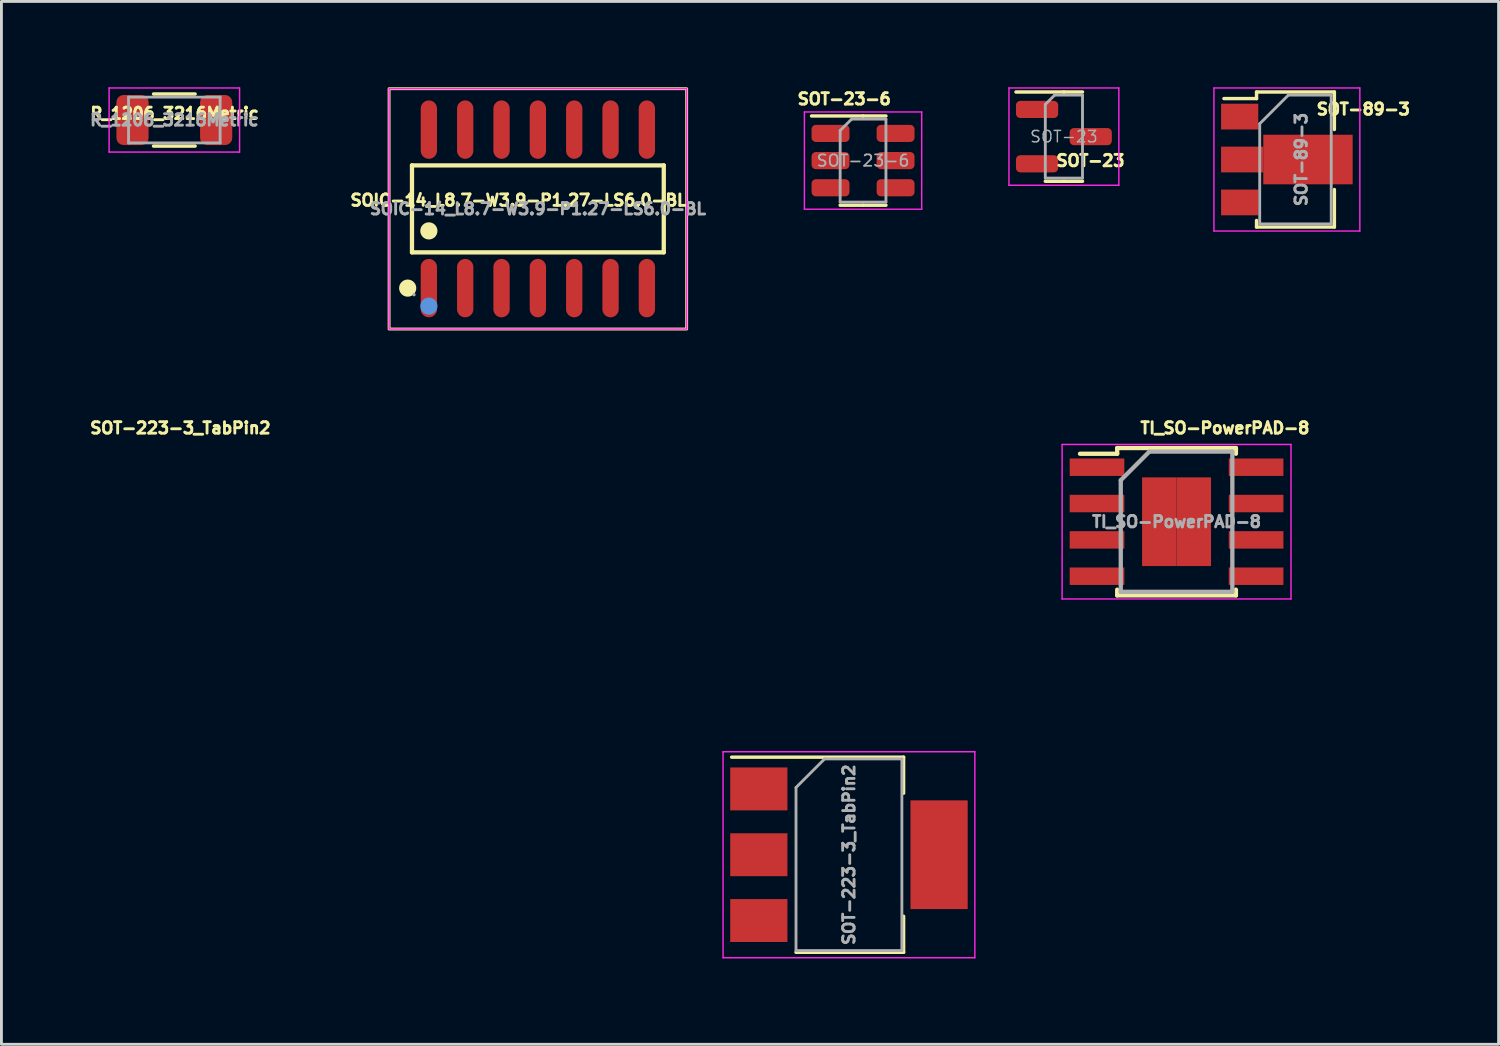
<source format=kicad_pcb>
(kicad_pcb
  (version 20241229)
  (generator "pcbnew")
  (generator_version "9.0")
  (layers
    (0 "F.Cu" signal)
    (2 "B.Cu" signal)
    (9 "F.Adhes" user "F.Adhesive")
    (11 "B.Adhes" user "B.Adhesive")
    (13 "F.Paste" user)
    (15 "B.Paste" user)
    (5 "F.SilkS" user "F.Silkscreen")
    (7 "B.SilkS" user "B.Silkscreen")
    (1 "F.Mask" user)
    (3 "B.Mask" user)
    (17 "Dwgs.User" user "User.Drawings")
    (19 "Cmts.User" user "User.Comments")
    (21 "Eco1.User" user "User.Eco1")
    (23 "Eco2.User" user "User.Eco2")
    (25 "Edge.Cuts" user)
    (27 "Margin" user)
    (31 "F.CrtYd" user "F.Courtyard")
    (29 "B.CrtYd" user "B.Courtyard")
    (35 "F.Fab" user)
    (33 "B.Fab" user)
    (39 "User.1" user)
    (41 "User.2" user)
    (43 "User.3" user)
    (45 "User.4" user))
  (footprint "SOT-23-6"
    (layer "F.Cu")
    (at 27.114 2.563)
    (property "Reference" "SOT-23-6" (at -0.658 -2.154 0) (layer "F.SilkS") (effects (font (size 0.4 0.4) (thickness 0.15))))
    (attr smd)
    (fp_line (start 0 -1.56) (end -1.8 -1.56) (stroke (width 0.12) (type solid)) (layer "F.SilkS"))
    (fp_line (start 0 -1.56) (end 0.8 -1.56) (stroke (width 0.12) (type solid)) (layer "F.SilkS"))
    (fp_line (start 0 1.56) (end -0.8 1.56) (stroke (width 0.12) (type solid)) (layer "F.SilkS"))
    (fp_line (start 0 1.56) (end 0.8 1.56) (stroke (width 0.12) (type solid)) (layer "F.SilkS"))
    (fp_line (start -2.05 -1.7) (end -2.05 1.7) (stroke (width 0.05) (type solid)) (layer "F.CrtYd"))
    (fp_line (start -2.05 1.7) (end 2.05 1.7) (stroke (width 0.05) (type solid)) (layer "F.CrtYd"))
    (fp_line (start 2.05 -1.7) (end -2.05 -1.7) (stroke (width 0.05) (type solid)) (layer "F.CrtYd"))
    (fp_line (start 2.05 1.7) (end 2.05 -1.7) (stroke (width 0.05) (type solid)) (layer "F.CrtYd"))
    (fp_line (start -0.8 -1.05) (end -0.4 -1.45) (stroke (width 0.1) (type solid)) (layer "F.Fab"))
    (fp_line (start -0.8 1.45) (end -0.8 -1.05) (stroke (width 0.1) (type solid)) (layer "F.Fab"))
    (fp_line (start -0.4 -1.45) (end 0.8 -1.45) (stroke (width 0.1) (type solid)) (layer "F.Fab"))
    (fp_line (start 0.8 -1.45) (end 0.8 1.45) (stroke (width 0.1) (type solid)) (layer "F.Fab"))
    (fp_line (start 0.8 1.45) (end -0.8 1.45) (stroke (width 0.1) (type solid)) (layer "F.Fab"))
    (fp_text user "${REFERENCE}" (at 0 0 0) (layer "F.Fab") (effects (font (size 0.4 0.4) (thickness 0.06))))
    (pad "1" smd roundrect (at -1.137 -0.95) (size 1.325 0.6) (layers "F.Cu" "F.Mask" "F.Paste") (roundrect_rratio 0.25))
    (pad "2" smd roundrect (at -1.137 0) (size 1.325 0.6) (layers "F.Cu" "F.Mask" "F.Paste") (roundrect_rratio 0.25))
    (pad "3" smd roundrect (at -1.137 0.95) (size 1.325 0.6) (layers "F.Cu" "F.Mask" "F.Paste") (roundrect_rratio 0.25))
    (pad "4" smd roundrect (at 1.137 0.95) (size 1.325 0.6) (layers "F.Cu" "F.Mask" "F.Paste") (roundrect_rratio 0.25))
    (pad "5" smd roundrect (at 1.137 0) (size 1.325 0.6) (layers "F.Cu" "F.Mask" "F.Paste") (roundrect_rratio 0.25))
    (pad "6" smd roundrect (at 1.137 -0.95) (size 1.325 0.6) (layers "F.Cu" "F.Mask" "F.Paste") (roundrect_rratio 0.25)))
  (footprint "SOT-23"
    (layer "F.Cu")
    (at 34.134 1.725)
    (property "Reference" "SOT-23" (at 0.927 0.84 0) (layer "F.SilkS") (effects (font (size 0.4 0.4) (thickness 0.15))))
    (attr smd)
    (fp_line (start 0 -1.56) (end -1.675 -1.56) (stroke (width 0.12) (type solid)) (layer "F.SilkS"))
    (fp_line (start 0 -1.56) (end 0.65 -1.56) (stroke (width 0.12) (type solid)) (layer "F.SilkS"))
    (fp_line (start 0 1.56) (end -0.65 1.56) (stroke (width 0.12) (type solid)) (layer "F.SilkS"))
    (fp_line (start 0 1.56) (end 0.65 1.56) (stroke (width 0.12) (type solid)) (layer "F.SilkS"))
    (fp_line (start -1.92 -1.7) (end -1.92 1.7) (stroke (width 0.05) (type solid)) (layer "F.CrtYd"))
    (fp_line (start -1.92 1.7) (end 1.92 1.7) (stroke (width 0.05) (type solid)) (layer "F.CrtYd"))
    (fp_line (start 1.92 -1.7) (end -1.92 -1.7) (stroke (width 0.05) (type solid)) (layer "F.CrtYd"))
    (fp_line (start 1.92 1.7) (end 1.92 -1.7) (stroke (width 0.05) (type solid)) (layer "F.CrtYd"))
    (fp_line (start -0.65 -1.125) (end -0.325 -1.45) (stroke (width 0.1) (type solid)) (layer "F.Fab"))
    (fp_line (start -0.65 1.45) (end -0.65 -1.125) (stroke (width 0.1) (type solid)) (layer "F.Fab"))
    (fp_line (start -0.325 -1.45) (end 0.65 -1.45) (stroke (width 0.1) (type solid)) (layer "F.Fab"))
    (fp_line (start 0.65 -1.45) (end 0.65 1.45) (stroke (width 0.1) (type solid)) (layer "F.Fab"))
    (fp_line (start 0.65 1.45) (end -0.65 1.45) (stroke (width 0.1) (type solid)) (layer "F.Fab"))
    (fp_text user "${REFERENCE}" (at 0 0 0) (layer "F.Fab") (effects (font (size 0.4 0.4) (thickness 0.05))))
    (pad "1" smd roundrect (at -0.938 -0.95) (size 1.475 0.6) (layers "F.Cu" "F.Mask" "F.Paste") (roundrect_rratio 0.25))
    (pad "2" smd roundrect (at -0.938 0.95) (size 1.475 0.6) (layers "F.Cu" "F.Mask" "F.Paste") (roundrect_rratio 0.25))
    (pad "3" smd roundrect (at 0.938 0) (size 1.475 0.6) (layers "F.Cu" "F.Mask" "F.Paste") (roundrect_rratio 0.25)))
  (footprint "SOT-223-3_TabPin2"
    (layer "F.Cu")
    (at 26.621 26.823)
    (property "Reference" "SOT-223-3_TabPin2" (at -23.368 -14.914 180) (layer "F.SilkS") (effects (font (size 0.4 0.4) (thickness 0.15))))
    (attr smd)
    (fp_line (start -4.1 -3.41) (end 1.91 -3.41) (stroke (width 0.12) (type solid)) (layer "F.SilkS"))
    (fp_line (start -1.85 3.41) (end 1.91 3.41) (stroke (width 0.12) (type solid)) (layer "F.SilkS"))
    (fp_line (start 1.91 -3.41) (end 1.91 -2.15) (stroke (width 0.12) (type solid)) (layer "F.SilkS"))
    (fp_line (start 1.91 3.41) (end 1.91 2.15) (stroke (width 0.12) (type solid)) (layer "F.SilkS"))
    (fp_line (start -4.4 -3.6) (end -4.4 3.6) (stroke (width 0.05) (type solid)) (layer "F.CrtYd"))
    (fp_line (start -4.4 3.6) (end 4.4 3.6) (stroke (width 0.05) (type solid)) (layer "F.CrtYd"))
    (fp_line (start 4.4 -3.6) (end -4.4 -3.6) (stroke (width 0.05) (type solid)) (layer "F.CrtYd"))
    (fp_line (start 4.4 3.6) (end 4.4 -3.6) (stroke (width 0.05) (type solid)) (layer "F.CrtYd"))
    (fp_line (start -1.85 -2.35) (end -1.85 3.35) (stroke (width 0.1) (type solid)) (layer "F.Fab"))
    (fp_line (start -1.85 -2.35) (end -0.85 -3.35) (stroke (width 0.1) (type solid)) (layer "F.Fab"))
    (fp_line (start -1.85 3.35) (end 1.85 3.35) (stroke (width 0.1) (type solid)) (layer "F.Fab"))
    (fp_line (start -0.85 -3.35) (end 1.85 -3.35) (stroke (width 0.1) (type solid)) (layer "F.Fab"))
    (fp_line (start 1.85 -3.35) (end 1.85 3.35) (stroke (width 0.1) (type solid)) (layer "F.Fab"))
    (fp_text user "${REFERENCE}" (at 0 0 270) (layer "F.Fab") (effects (font (size 0.4 0.4) (thickness 0.12))))
    (pad "1" smd rect (at -3.15 -2.3) (size 2 1.5) (layers "F.Cu" "F.Mask" "F.Paste"))
    (pad "2" smd rect (at -3.15 0) (size 2 1.5) (layers "F.Cu" "F.Mask" "F.Paste"))
    (pad "2" smd rect (at 3.15 0) (size 2 3.8) (layers "F.Cu" "F.Mask" "F.Paste"))
    (pad "3" smd rect (at -3.15 2.3) (size 2 1.5) (layers "F.Cu" "F.Mask" "F.Paste")))
  (footprint "TI_SO-PowerPAD-8"
    (layer "F.Cu")
    (at 38.071 15.184)
    (property "Reference" "TI_SO-PowerPAD-8" (at 1.69 -3.275 0) (layer "F.SilkS") (effects (font (size 0.4 0.4) (thickness 0.15))))
    (attr smd)
    (fp_line (start -2.075 -2.575) (end -2.075 -2.375) (stroke (width 0.15) (type solid)) (layer "F.SilkS"))
    (fp_line (start -2.075 -2.575) (end 2.075 -2.575) (stroke (width 0.15) (type solid)) (layer "F.SilkS"))
    (fp_line (start -2.075 -2.375) (end -3.375 -2.375) (stroke (width 0.15) (type solid)) (layer "F.SilkS"))
    (fp_line (start -2.075 2.575) (end -2.075 2.375) (stroke (width 0.15) (type solid)) (layer "F.SilkS"))
    (fp_line (start -2.075 2.575) (end 2.075 2.575) (stroke (width 0.15) (type solid)) (layer "F.SilkS"))
    (fp_line (start 2.075 -2.575) (end 2.075 -2.375) (stroke (width 0.15) (type solid)) (layer "F.SilkS"))
    (fp_line (start 2.075 2.575) (end 2.075 2.375) (stroke (width 0.15) (type solid)) (layer "F.SilkS"))
    (fp_line (start -4 -2.7) (end -4 2.7) (stroke (width 0.05) (type solid)) (layer "F.CrtYd"))
    (fp_line (start -4 -2.7) (end 4 -2.7) (stroke (width 0.05) (type solid)) (layer "F.CrtYd"))
    (fp_line (start -4 2.7) (end 4 2.7) (stroke (width 0.05) (type solid)) (layer "F.CrtYd"))
    (fp_line (start 4 -2.7) (end 4 2.7) (stroke (width 0.05) (type solid)) (layer "F.CrtYd"))
    (fp_line (start -1.95 -1.45) (end -0.95 -2.45) (stroke (width 0.15) (type solid)) (layer "F.Fab"))
    (fp_line (start -1.95 2.45) (end -1.95 -1.45) (stroke (width 0.15) (type solid)) (layer "F.Fab"))
    (fp_line (start -0.95 -2.45) (end 1.95 -2.45) (stroke (width 0.15) (type solid)) (layer "F.Fab"))
    (fp_line (start 1.95 -2.45) (end 1.95 2.45) (stroke (width 0.15) (type solid)) (layer "F.Fab"))
    (fp_line (start 1.95 2.45) (end -1.95 2.45) (stroke (width 0.15) (type solid)) (layer "F.Fab"))
    (fp_text user "${REFERENCE}" (at 0 0 0) (layer "F.Fab") (effects (font (size 0.4 0.4) (thickness 0.15))))
    (pad "1" smd rect (at -2.78 -1.905) (size 1.91 0.61) (layers "F.Cu" "F.Mask" "F.Paste"))
    (pad "2" smd rect (at -2.78 -0.635) (size 1.91 0.61) (layers "F.Cu" "F.Mask" "F.Paste"))
    (pad "3" smd rect (at -2.78 0.635) (size 1.91 0.61) (layers "F.Cu" "F.Mask" "F.Paste"))
    (pad "4" smd rect (at -2.78 1.905) (size 1.91 0.61) (layers "F.Cu" "F.Mask" "F.Paste"))
    (pad "5" smd rect (at 2.78 1.905) (size 1.91 0.61) (layers "F.Cu" "F.Mask" "F.Paste"))
    (pad "6" smd rect (at 2.78 0.635) (size 1.91 0.61) (layers "F.Cu" "F.Mask" "F.Paste"))
    (pad "7" smd rect (at 2.78 -0.635) (size 1.91 0.61) (layers "F.Cu" "F.Mask" "F.Paste"))
    (pad "8" smd rect (at 2.78 -1.905) (size 1.91 0.61) (layers "F.Cu" "F.Mask" "F.Paste"))
    (pad "9" smd rect (at -0.603 -0.775) (size 1.205 1.55) (layers "F.Cu" "F.Mask" "F.Paste"))
    (pad "9" smd rect (at -0.603 0.775) (size 1.205 1.55) (layers "F.Cu" "F.Mask" "F.Paste"))
    (pad "9" smd rect (at 0.603 -0.775) (size 1.205 1.55) (layers "F.Cu" "F.Mask" "F.Paste"))
    (pad "9" smd rect (at 0.603 0.775) (size 1.205 1.55) (layers "F.Cu" "F.Mask" "F.Paste")))
  (footprint "SOIC-14_L8.7-W3.9-P1.27-LS6.0-BL"
    (layer "F.Cu")
    (at 15.749 4.25)
    (property "Reference" "SOIC-14_L8.7-W3.9-P1.27-LS6.0-BL" (at -0.676 -0.302 180) (layer "F.SilkS") (effects (font (size 0.4 0.4) (thickness 0.15))))
    (attr smd)
    (fp_line (start -4.4 -1.52) (end 4.4 -1.52) (stroke (width 0.15) (type solid)) (layer "F.SilkS"))
    (fp_line (start -4.4 1.52) (end -4.4 -1.52) (stroke (width 0.15) (type solid)) (layer "F.SilkS"))
    (fp_line (start 4.4 -1.52) (end 4.4 1.52) (stroke (width 0.15) (type solid)) (layer "F.SilkS"))
    (fp_line (start 4.4 1.52) (end -4.4 1.52) (stroke (width 0.15) (type solid)) (layer "F.SilkS"))
    (fp_rect (start -5.2 -4.2) (end 5.2 4.2) (stroke (width 0.1) (type default)) (fill no) (layer "F.SilkS"))
    (fp_circle (center -4.55 2.77) (end -4.4 2.77) (stroke (width 0.3) (type solid)) (fill no) (layer "F.SilkS"))
    (fp_circle (center -3.81 0.77) (end -3.66 0.77) (stroke (width 0.3) (type solid)) (fill no) (layer "F.SilkS"))
    (fp_circle (center -3.81 3.4) (end -3.66 3.4) (stroke (width 0.3) (type solid)) (fill no) (layer "Cmts.User"))
    (fp_rect (start -5.2 -4.2) (end 5.2 4.2) (stroke (width 0.05) (type default)) (fill no) (layer "F.CrtYd"))
    (fp_circle (center -4.33 3) (end -4.3 3) (stroke (width 0.06) (type solid)) (fill no) (layer "F.Fab"))
    (fp_text user "${REFERENCE}" (at 0 0 180) (layer "F.Fab") (effects (font (size 0.4 0.4) (thickness 0.15))))
    (pad "1" smd oval (at -3.81 2.77) (size 0.57 2.04) (layers "F.Cu" "F.Mask" "F.Paste"))
    (pad "2" smd oval (at -2.54 2.77) (size 0.57 2.04) (layers "F.Cu" "F.Mask" "F.Paste"))
    (pad "3" smd oval (at -1.27 2.77) (size 0.57 2.04) (layers "F.Cu" "F.Mask" "F.Paste"))
    (pad "4" smd oval (at 0 2.77) (size 0.57 2.04) (layers "F.Cu" "F.Mask" "F.Paste"))
    (pad "5" smd oval (at 1.27 2.77) (size 0.57 2.04) (layers "F.Cu" "F.Mask" "F.Paste"))
    (pad "6" smd oval (at 2.54 2.77) (size 0.57 2.04) (layers "F.Cu" "F.Mask" "F.Paste"))
    (pad "7" smd oval (at 3.81 2.77) (size 0.57 2.04) (layers "F.Cu" "F.Mask" "F.Paste"))
    (pad "8" smd oval (at 3.81 -2.77) (size 0.57 2.04) (layers "F.Cu" "F.Mask" "F.Paste"))
    (pad "9" smd oval (at 2.54 -2.77) (size 0.57 2.04) (layers "F.Cu" "F.Mask" "F.Paste"))
    (pad "10" smd oval (at 1.27 -2.77) (size 0.57 2.04) (layers "F.Cu" "F.Mask" "F.Paste"))
    (pad "11" smd oval (at 0 -2.77) (size 0.57 2.04) (layers "F.Cu" "F.Mask" "F.Paste"))
    (pad "12" smd oval (at -1.27 -2.77) (size 0.57 2.04) (layers "F.Cu" "F.Mask" "F.Paste"))
    (pad "13" smd oval (at -2.54 -2.77) (size 0.57 2.04) (layers "F.Cu" "F.Mask" "F.Paste"))
    (pad "14" smd oval (at -3.81 -2.77) (size 0.57 2.04) (layers "F.Cu" "F.Mask" "F.Paste")))
  (footprint "SOT-89-3"
    (layer "F.Cu")
    (at 42.227 2.525)
    (property "Reference" "SOT-89-3" (at 2.37 -1.76 180) (layer "F.SilkS") (effects (font (size 0.4 0.4) (thickness 0.15))))
    (attr smd)
    (fp_line (start -2.5 -2.13) (end -1.36 -2.13) (stroke (width 0.12) (type solid)) (layer "F.SilkS"))
    (fp_line (start -1.36 -2.36) (end -1.36 -2.13) (stroke (width 0.12) (type solid)) (layer "F.SilkS"))
    (fp_line (start -1.36 -2.36) (end 1.36 -2.36) (stroke (width 0.12) (type solid)) (layer "F.SilkS"))
    (fp_line (start -1.36 2.36) (end -1.36 2.13) (stroke (width 0.12) (type solid)) (layer "F.SilkS"))
    (fp_line (start 1.36 -2.36) (end 1.36 -1.05) (stroke (width 0.12) (type solid)) (layer "F.SilkS"))
    (fp_line (start 1.36 1.05) (end 1.36 2.36) (stroke (width 0.12) (type solid)) (layer "F.SilkS"))
    (fp_line (start 1.36 2.36) (end -1.36 2.36) (stroke (width 0.12) (type solid)) (layer "F.SilkS"))
    (fp_line (start -2.85 2.5) (end -2.85 -2.5) (stroke (width 0.05) (type solid)) (layer "F.CrtYd"))
    (fp_line (start -2.85 2.5) (end 2.25 2.5) (stroke (width 0.05) (type solid)) (layer "F.CrtYd"))
    (fp_line (start 2.25 -2.5) (end -2.85 -2.5) (stroke (width 0.05) (type solid)) (layer "F.CrtYd"))
    (fp_line (start 2.25 -2.5) (end 2.25 2.5) (stroke (width 0.05) (type solid)) (layer "F.CrtYd"))
    (fp_line (start -1.25 -1.25) (end -0.25 -2.25) (stroke (width 0.1) (type solid)) (layer "F.Fab"))
    (fp_line (start -1.25 2.25) (end -1.25 -1.25) (stroke (width 0.1) (type solid)) (layer "F.Fab"))
    (fp_line (start -0.25 -2.25) (end 1.25 -2.25) (stroke (width 0.1) (type solid)) (layer "F.Fab"))
    (fp_line (start 1.25 -2.25) (end 1.25 2.25) (stroke (width 0.1) (type solid)) (layer "F.Fab"))
    (fp_line (start 1.25 2.25) (end -1.25 2.25) (stroke (width 0.1) (type solid)) (layer "F.Fab"))
    (fp_text user "${REFERENCE}" (at 0.2 0 270) (layer "F.Fab") (effects (font (size 0.4 0.4) (thickness 0.15))))
    (pad "1" smd rect (at -1.95 -1.5) (size 1.3 0.9) (layers "F.Cu" "F.Mask" "F.Paste"))
    (pad "2" smd custom (at -1.863 0) (size 1.475 0.9) (layers "F.Cu" "F.Mask" "F.Paste") (options (anchor rect)) (primitives (gr_poly (pts (xy 3.862 0.867) (xy 0.738 0.867) (xy 0.738 -0.867) (xy 3.862 -0.867)) (width 0) (fill yes))))
    (pad "3" smd rect (at -1.95 1.5) (size 1.3 0.9) (layers "F.Cu" "F.Mask" "F.Paste")))
  (footprint "R_1206_3216Metric"
    (layer "F.Cu")
    (at 3.043 1.145)
    (property "Reference" "R_1206_3216Metric" (at 0.01 -0.23 0) (layer "F.SilkS") (effects (font (size 0.4 0.4) (thickness 0.15))))
    (attr smd)
    (fp_line (start -0.727 -0.91) (end 0.727 -0.91) (stroke (width 0.12) (type solid)) (layer "F.SilkS"))
    (fp_line (start -0.727 0.91) (end 0.727 0.91) (stroke (width 0.12) (type solid)) (layer "F.SilkS"))
    (fp_line (start -2.28 -1.12) (end 2.28 -1.12) (stroke (width 0.05) (type solid)) (layer "F.CrtYd"))
    (fp_line (start -2.28 1.12) (end -2.28 -1.12) (stroke (width 0.05) (type solid)) (layer "F.CrtYd"))
    (fp_line (start 2.28 -1.12) (end 2.28 1.12) (stroke (width 0.05) (type solid)) (layer "F.CrtYd"))
    (fp_line (start 2.28 1.12) (end -2.28 1.12) (stroke (width 0.05) (type solid)) (layer "F.CrtYd"))
    (fp_line (start -1.6 -0.8) (end 1.6 -0.8) (stroke (width 0.1) (type solid)) (layer "F.Fab"))
    (fp_line (start -1.6 0.8) (end -1.6 -0.8) (stroke (width 0.1) (type solid)) (layer "F.Fab"))
    (fp_line (start 1.6 -0.8) (end 1.6 0.8) (stroke (width 0.1) (type solid)) (layer "F.Fab"))
    (fp_line (start 1.6 0.8) (end -1.6 0.8) (stroke (width 0.1) (type solid)) (layer "F.Fab"))
    (fp_text user "${REFERENCE}" (at 0 0 0) (layer "F.Fab") (effects (font (size 0.4 0.4) (thickness 0.12))))
    (pad "1" smd roundrect (at -1.462 0) (size 1.125 1.75) (layers "F.Cu" "F.Mask" "F.Paste") (roundrect_rratio 0.222))
    (pad "2" smd roundrect (at 1.462 0) (size 1.125 1.75) (layers "F.Cu" "F.Mask" "F.Paste") (roundrect_rratio 0.222)))
  (gr_rect
    (start -3 -3)
    (end 49.326 33.449)
    (stroke (width 0.1) (type default))
    (fill no)
    (layer "Edge.Cuts")))
</source>
